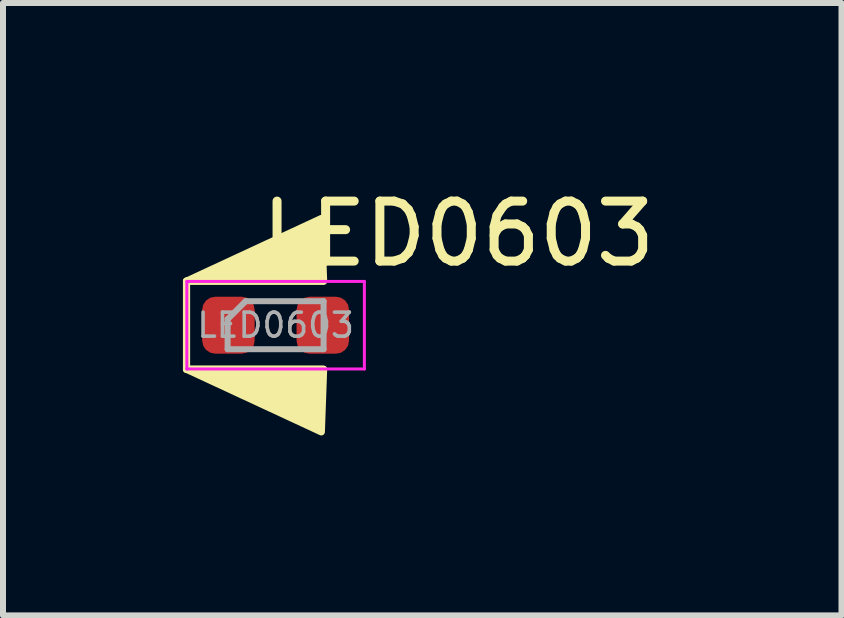
<source format=kicad_pcb>
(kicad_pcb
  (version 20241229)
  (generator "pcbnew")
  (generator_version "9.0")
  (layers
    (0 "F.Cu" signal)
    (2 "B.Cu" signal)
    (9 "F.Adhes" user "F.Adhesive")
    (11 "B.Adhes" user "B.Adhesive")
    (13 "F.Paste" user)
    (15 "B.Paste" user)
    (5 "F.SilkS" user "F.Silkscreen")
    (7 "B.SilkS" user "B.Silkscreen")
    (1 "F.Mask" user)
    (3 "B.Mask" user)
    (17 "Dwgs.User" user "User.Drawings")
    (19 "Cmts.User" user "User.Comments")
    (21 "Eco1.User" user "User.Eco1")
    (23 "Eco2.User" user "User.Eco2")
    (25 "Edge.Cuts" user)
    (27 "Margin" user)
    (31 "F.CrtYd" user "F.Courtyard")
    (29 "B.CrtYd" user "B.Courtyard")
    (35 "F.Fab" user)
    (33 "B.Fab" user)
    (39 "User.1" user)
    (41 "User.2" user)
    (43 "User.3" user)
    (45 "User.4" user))
  (footprint "LED0603"
    (layer "F.Cu")
    (at 1.545 2.372)
    (property "Reference" "LED0603" (at 3.048 -1.524 0) (layer "F.SilkS") (effects (font (size 1 1) (thickness 0.15))))
    (attr smd)
    (fp_line (start -1.485 -0.735) (end -1.485 0.735) (stroke (width 0.12) (type solid)) (layer "F.SilkS"))
    (fp_line (start -1.485 0.735) (end 0.8 0.735) (stroke (width 0.12) (type solid)) (layer "F.SilkS"))
    (fp_line (start 0.8 -0.735) (end -1.485 -0.735) (stroke (width 0.12) (type solid)) (layer "F.SilkS"))
    (fp_poly (pts (xy 0.762 1.778) (xy -1.485 0.735) (xy 0.8 0.735)) (stroke (width 0.12) (type solid)) (fill yes) (layer "F.SilkS"))
    (fp_poly (pts (xy 0.8 -0.735) (xy -1.485 -0.735) (xy 0.762 -1.778)) (stroke (width 0.12) (type solid)) (fill yes) (layer "F.SilkS"))
    (fp_line (start -1.48 -0.73) (end 1.48 -0.73) (stroke (width 0.05) (type solid)) (layer "F.CrtYd"))
    (fp_line (start -1.48 0.73) (end -1.48 -0.73) (stroke (width 0.05) (type solid)) (layer "F.CrtYd"))
    (fp_line (start 1.48 -0.73) (end 1.48 0.73) (stroke (width 0.05) (type solid)) (layer "F.CrtYd"))
    (fp_line (start 1.48 0.73) (end -1.48 0.73) (stroke (width 0.05) (type solid)) (layer "F.CrtYd"))
    (fp_line (start -0.8 -0.1) (end -0.8 0.4) (stroke (width 0.1) (type solid)) (layer "F.Fab"))
    (fp_line (start -0.8 0.4) (end 0.8 0.4) (stroke (width 0.1) (type solid)) (layer "F.Fab"))
    (fp_line (start -0.5 -0.4) (end -0.8 -0.1) (stroke (width 0.1) (type solid)) (layer "F.Fab"))
    (fp_line (start 0.8 -0.4) (end -0.5 -0.4) (stroke (width 0.1) (type solid)) (layer "F.Fab"))
    (fp_line (start 0.8 0.4) (end 0.8 -0.4) (stroke (width 0.1) (type solid)) (layer "F.Fab"))
    (fp_text user "${REFERENCE}" (at 0 0 0) (layer "F.Fab") (effects (font (size 0.4 0.4) (thickness 0.06))))
    (pad "1" smd roundrect (at -0.787 0) (size 0.875 0.95) (layers "F.Cu" "F.Mask" "F.Paste") (roundrect_rratio 0.25))
    (pad "2" smd roundrect (at 0.787 0) (size 0.875 0.95) (layers "F.Cu" "F.Mask" "F.Paste") (roundrect_rratio 0.25)))
  (gr_rect
    (start -3 -3)
    (end 10.98 7.21)
    (stroke (width 0.1) (type default))
    (fill no)
    (layer "Edge.Cuts")))
</source>
